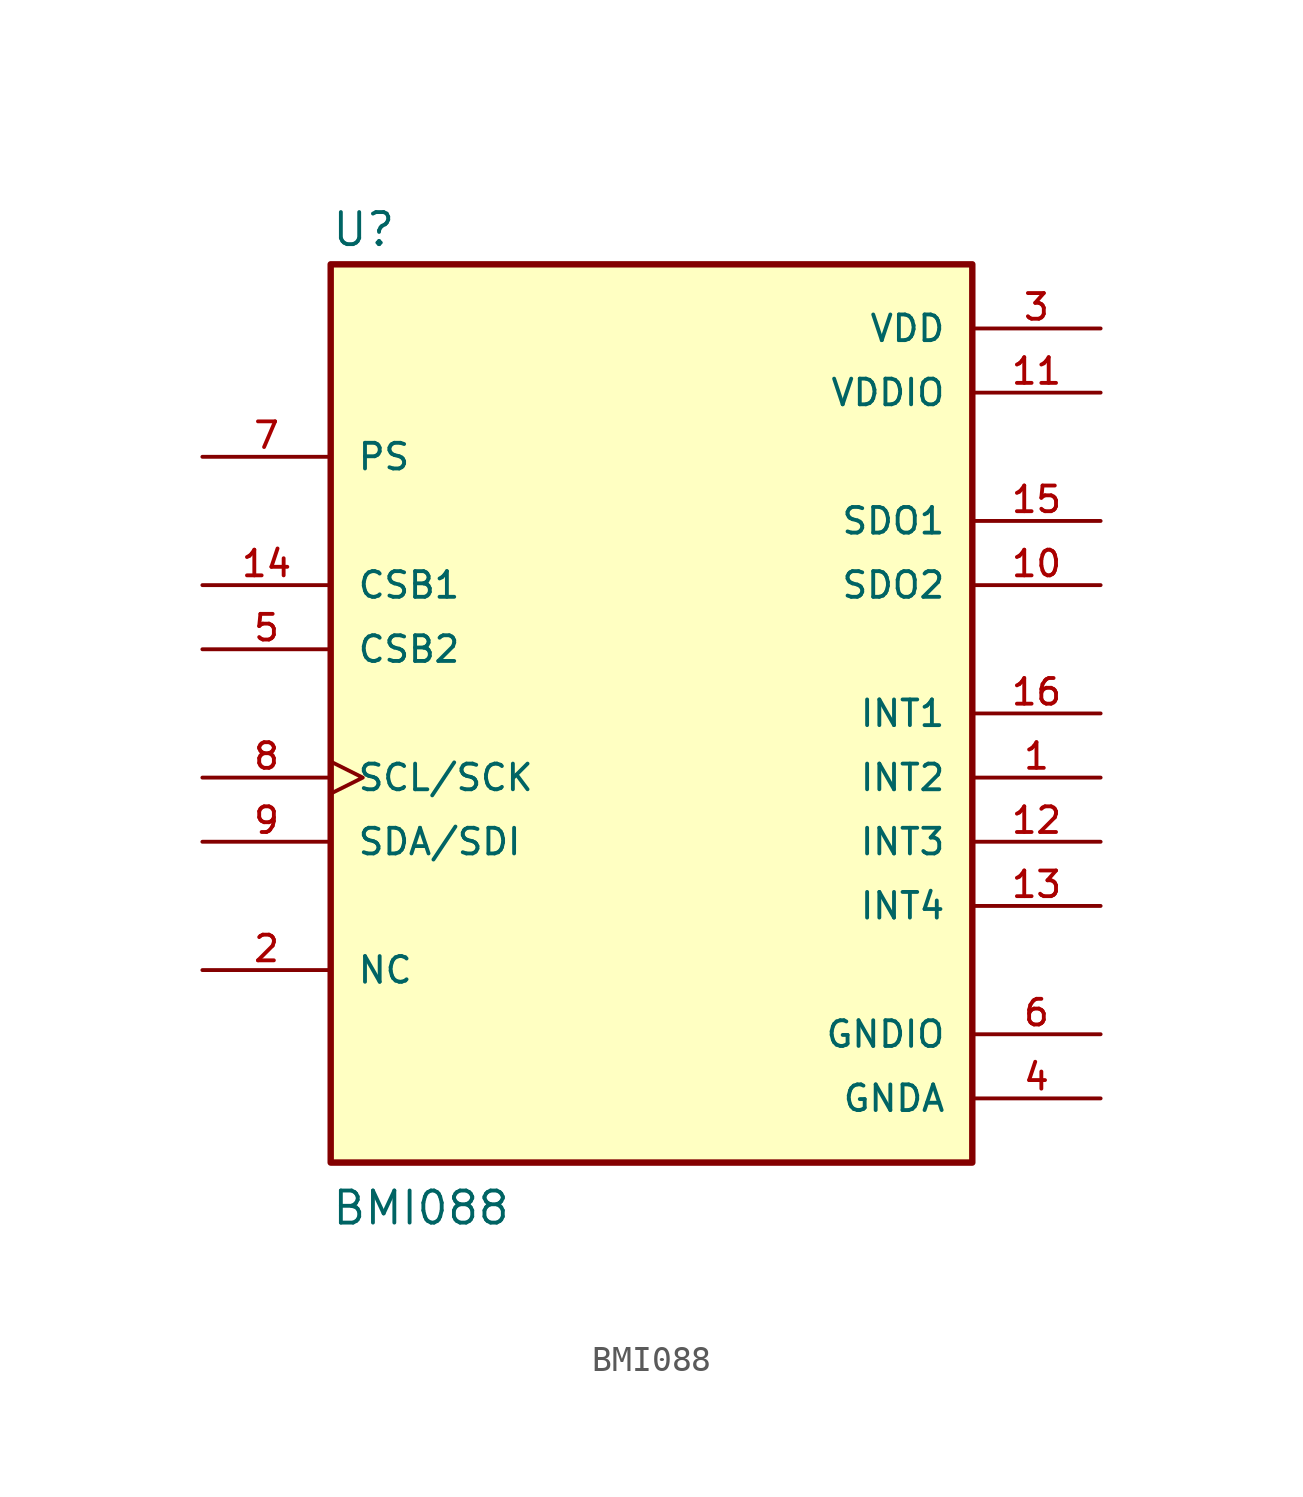
<source format=kicad_sym>
(kicad_symbol_lib
  (version 20211014)
  (generator kicad_symbol_editor)
  (symbol "BMI088"
    (pin_names
      (offset 1.016))
    (property "Reference" "U"
      (at -12.7 18.415 0)
      (effects (font (size 1.27 1.27)) (justify bottom left)))
    (property "Value" "BMI088"
      (at -12.7 -20.32 0)
      (effects (font (size 1.27 1.27)) (justify bottom left)))
    (symbol "BMI088_0_0"
      (rectangle (start -12.7 -17.78) (end 12.7 17.78) (stroke (width 0.254)) (fill (type background)))
      (pin bidirectional line (at 17.78 -2.54 180.0) (length 5.08) (name "INT2" (effects (font (size 1.016 1.016)))) (number "1" (effects (font (size 1.016 1.016)))))
      (pin power_in line (at 17.78 15.24 180.0) (length 5.08) (name "VDD" (effects (font (size 1.016 1.016)))) (number "3" (effects (font (size 1.016 1.016)))))
      (pin power_in line (at 17.78 -15.24 180.0) (length 5.08) (name "GNDA" (effects (font (size 1.016 1.016)))) (number "4" (effects (font (size 1.016 1.016)))))
      (pin power_in line (at 17.78 -12.7 180.0) (length 5.08) (name "GNDIO" (effects (font (size 1.016 1.016)))) (number "6" (effects (font (size 1.016 1.016)))))
      (pin input line (at -17.78 2.54 0) (length 5.08) (name "CSB2" (effects (font (size 1.016 1.016)))) (number "5" (effects (font (size 1.016 1.016)))))
      (pin input line (at -17.78 10.16 0) (length 5.08) (name "PS" (effects (font (size 1.016 1.016)))) (number "7" (effects (font (size 1.016 1.016)))))
      (pin input clock (at -17.78 -2.54 0) (length 5.08) (name "SCL/SCK" (effects (font (size 1.016 1.016)))) (number "8" (effects (font (size 1.016 1.016)))))
      (pin bidirectional line (at -17.78 -5.08 0) (length 5.08) (name "SDA/SDI" (effects (font (size 1.016 1.016)))) (number "9" (effects (font (size 1.016 1.016)))))
      (pin output line (at 17.78 5.08 180.0) (length 5.08) (name "SDO2" (effects (font (size 1.016 1.016)))) (number "10" (effects (font (size 1.016 1.016)))))
      (pin power_in line (at 17.78 12.7 180.0) (length 5.08) (name "VDDIO" (effects (font (size 1.016 1.016)))) (number "11" (effects (font (size 1.016 1.016)))))
      (pin bidirectional line (at 17.78 -5.08 180.0) (length 5.08) (name "INT3" (effects (font (size 1.016 1.016)))) (number "12" (effects (font (size 1.016 1.016)))))
      (pin bidirectional line (at 17.78 -7.62 180.0) (length 5.08) (name "INT4" (effects (font (size 1.016 1.016)))) (number "13" (effects (font (size 1.016 1.016)))))
      (pin input line (at -17.78 5.08 0) (length 5.08) (name "CSB1" (effects (font (size 1.016 1.016)))) (number "14" (effects (font (size 1.016 1.016)))))
      (pin output line (at 17.78 7.62 180.0) (length 5.08) (name "SDO1" (effects (font (size 1.016 1.016)))) (number "15" (effects (font (size 1.016 1.016)))))
      (pin bidirectional line (at 17.78 0.0 180.0) (length 5.08) (name "INT1" (effects (font (size 1.016 1.016)))) (number "16" (effects (font (size 1.016 1.016)))))
      (pin passive line (at -17.78 -10.16 0) (length 5.08) (name "NC" (effects (font (size 1.016 1.016)))) (number "2" (effects (font (size 1.016 1.016))))))))
</source>
